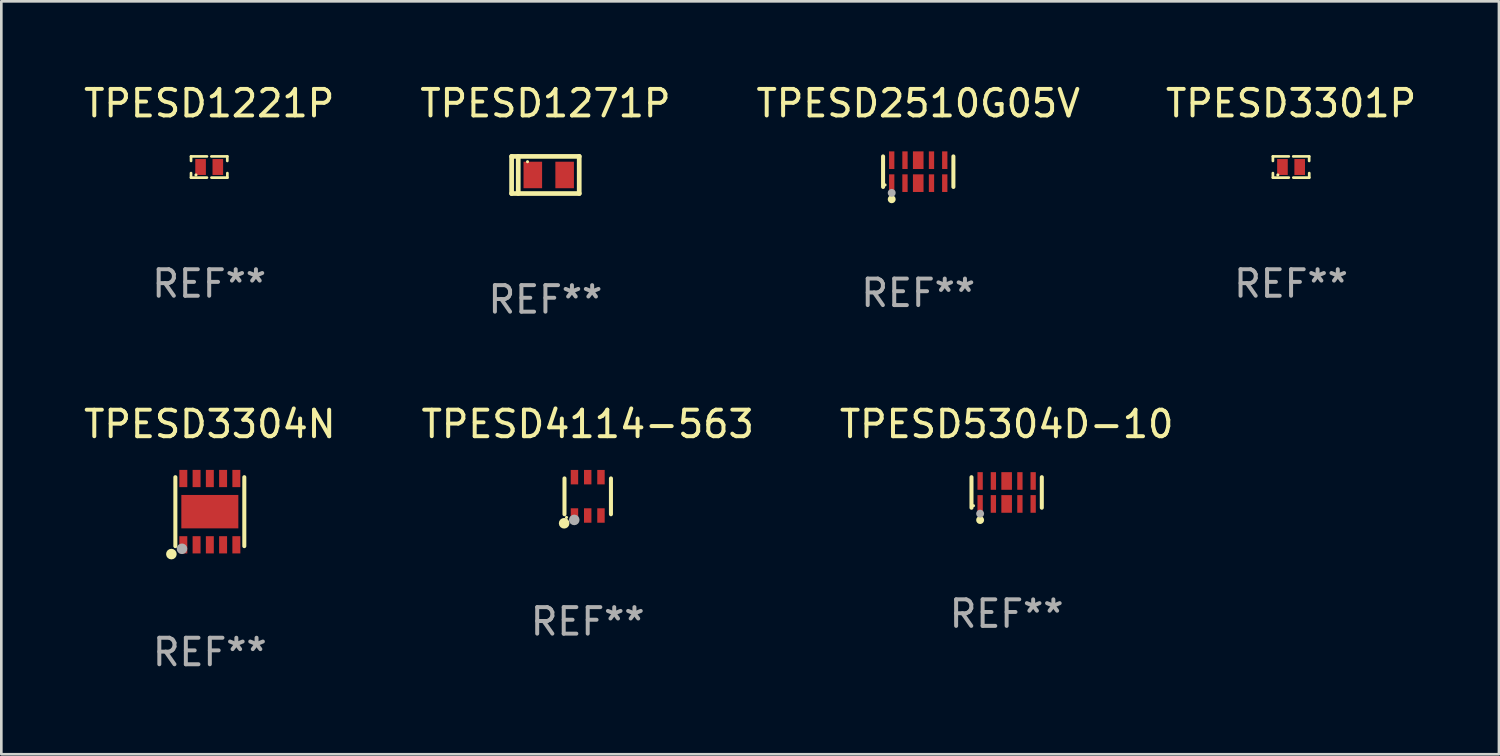
<source format=kicad_pcb>
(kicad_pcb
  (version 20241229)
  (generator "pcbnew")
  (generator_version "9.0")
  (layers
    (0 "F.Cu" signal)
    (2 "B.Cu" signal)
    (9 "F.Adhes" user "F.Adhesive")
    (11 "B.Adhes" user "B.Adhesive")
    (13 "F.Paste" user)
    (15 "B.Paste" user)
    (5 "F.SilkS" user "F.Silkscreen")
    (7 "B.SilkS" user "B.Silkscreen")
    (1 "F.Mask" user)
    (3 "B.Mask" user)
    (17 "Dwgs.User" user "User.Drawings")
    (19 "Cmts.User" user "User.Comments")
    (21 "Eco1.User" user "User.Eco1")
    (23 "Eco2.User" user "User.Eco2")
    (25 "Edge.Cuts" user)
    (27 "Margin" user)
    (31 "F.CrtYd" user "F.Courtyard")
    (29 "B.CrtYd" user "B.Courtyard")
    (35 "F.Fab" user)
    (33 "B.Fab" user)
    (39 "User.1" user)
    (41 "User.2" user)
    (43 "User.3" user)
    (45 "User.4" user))
  (footprint "TPESD5304D-10"
    (layer "F.Cu")
    (at 34.911 15.521)
    (property "Reference" "TPESD5304D-10" (at 0 -2.576 0) (layer "F.SilkS") (effects (font (size 1 1) (thickness 0.15))))
    (attr through_hole)
    (fp_line (start -1.326 0.576) (end -1.326 -0.576) (stroke (width 0.152) (type solid)) (layer "F.SilkS"))
    (fp_line (start 1.326 0.576) (end 1.326 -0.576) (stroke (width 0.152) (type solid)) (layer "F.SilkS"))
    (fp_circle (center -1.25 0.5) (end -1.22 0.5) (stroke (width 0.06) (type solid)) (fill no) (layer "F.SilkS"))
    (fp_circle (center -1 1.04) (end -0.925 1.04) (stroke (width 0.15) (type solid)) (fill no) (layer "F.SilkS"))
    (fp_circle (center -1 0.8) (end -0.925 0.8) (stroke (width 0.15) (type solid)) (fill no) (layer "F.Fab"))
    (fp_text user "REF**" (at 0 4.576 0) (layer "F.Fab") (effects (font (size 1 1) (thickness 0.15))))
    (pad "1" smd rect (at -1 0.433) (size 0.2 0.665) (layers "F.Cu" "F.Mask" "F.Paste"))
    (pad "2" smd rect (at -0.5 0.433) (size 0.2 0.665) (layers "F.Cu" "F.Mask" "F.Paste"))
    (pad "3" smd rect (at 0 0.433) (size 0.4 0.665) (layers "F.Cu" "F.Mask" "F.Paste"))
    (pad "4" smd rect (at 0.5 0.433) (size 0.2 0.665) (layers "F.Cu" "F.Mask" "F.Paste"))
    (pad "5" smd rect (at 1 0.433) (size 0.2 0.665) (layers "F.Cu" "F.Mask" "F.Paste"))
    (pad "6" smd rect (at 1 -0.433) (size 0.2 0.665) (layers "F.Cu" "F.Mask" "F.Paste"))
    (pad "7" smd rect (at 0.5 -0.433) (size 0.2 0.665) (layers "F.Cu" "F.Mask" "F.Paste"))
    (pad "8" smd rect (at 0 -0.433) (size 0.4 0.665) (layers "F.Cu" "F.Mask" "F.Paste"))
    (pad "9" smd rect (at -0.5 -0.433) (size 0.2 0.665) (layers "F.Cu" "F.Mask" "F.Paste"))
    (pad "10" smd rect (at -1 -0.433) (size 0.2 0.665) (layers "F.Cu" "F.Mask" "F.Paste")))
  (footprint "TPESD1271P"
    (layer "F.Cu")
    (at 17.518 3.548)
    (property "Reference" "TPESD1271P" (at 0 -2.7 0) (layer "F.SilkS") (effects (font (size 1 1) (thickness 0.15))))
    (attr through_hole)
    (fp_line (start -1.275 -0.7) (end -1.275 0.7) (stroke (width 0.178) (type solid)) (layer "F.SilkS"))
    (fp_line (start -1.275 -0.7) (end 1.275 -0.7) (stroke (width 0.178) (type solid)) (layer "F.SilkS"))
    (fp_line (start -1.275 0.7) (end 1.275 0.7) (stroke (width 0.178) (type solid)) (layer "F.SilkS"))
    (fp_line (start -1.025 -0.7) (end -1.025 0.7) (stroke (width 0.178) (type solid)) (layer "F.SilkS"))
    (fp_line (start 1.275 -0.7) (end 1.275 0.7) (stroke (width 0.178) (type solid)) (layer "F.SilkS"))
    (fp_circle (center -0.675 -0.5) (end -0.645 -0.5) (stroke (width 0.06) (type solid)) (fill no) (layer "F.SilkS"))
    (fp_text user "REF**" (at 0 4.7 0) (layer "F.Fab") (effects (font (size 1 1) (thickness 0.15))))
    (pad "1" smd rect (at -0.475 0 90) (size 1 0.7) (layers "F.Cu" "F.Mask" "F.Paste"))
    (pad "2" smd rect (at 0.725 0 90) (size 1 0.7) (layers "F.Cu" "F.Mask" "F.Paste")))
  (footprint "TPESD2510G05V"
    (layer "F.Cu")
    (at 31.577 3.424)
    (property "Reference" "TPESD2510G05V" (at 0 -2.576 0) (layer "F.SilkS") (effects (font (size 1 1) (thickness 0.15))))
    (attr through_hole)
    (fp_line (start -1.326 0.576) (end -1.326 -0.576) (stroke (width 0.152) (type solid)) (layer "F.SilkS"))
    (fp_line (start 1.326 0.576) (end 1.326 -0.576) (stroke (width 0.152) (type solid)) (layer "F.SilkS"))
    (fp_circle (center -1.25 0.5) (end -1.22 0.5) (stroke (width 0.06) (type solid)) (fill no) (layer "F.SilkS"))
    (fp_circle (center -1 1.04) (end -0.925 1.04) (stroke (width 0.15) (type solid)) (fill no) (layer "F.SilkS"))
    (fp_circle (center -1 0.8) (end -0.925 0.8) (stroke (width 0.15) (type solid)) (fill no) (layer "F.Fab"))
    (fp_text user "REF**" (at 0 4.576 0) (layer "F.Fab") (effects (font (size 1 1) (thickness 0.15))))
    (pad "1" smd rect (at -1 0.433) (size 0.2 0.665) (layers "F.Cu" "F.Mask" "F.Paste"))
    (pad "2" smd rect (at -0.5 0.433) (size 0.2 0.665) (layers "F.Cu" "F.Mask" "F.Paste"))
    (pad "3" smd rect (at 0 0.433) (size 0.4 0.665) (layers "F.Cu" "F.Mask" "F.Paste"))
    (pad "4" smd rect (at 0.5 0.433) (size 0.2 0.665) (layers "F.Cu" "F.Mask" "F.Paste"))
    (pad "5" smd rect (at 1 0.433) (size 0.2 0.665) (layers "F.Cu" "F.Mask" "F.Paste"))
    (pad "6" smd rect (at 1 -0.433) (size 0.2 0.665) (layers "F.Cu" "F.Mask" "F.Paste"))
    (pad "7" smd rect (at 0.5 -0.433) (size 0.2 0.665) (layers "F.Cu" "F.Mask" "F.Paste"))
    (pad "8" smd rect (at 0 -0.433) (size 0.4 0.665) (layers "F.Cu" "F.Mask" "F.Paste"))
    (pad "9" smd rect (at -0.5 -0.433) (size 0.2 0.665) (layers "F.Cu" "F.Mask" "F.Paste"))
    (pad "10" smd rect (at -1 -0.433) (size 0.2 0.665) (layers "F.Cu" "F.Mask" "F.Paste")))
  (footprint "TPESD1221P"
    (layer "F.Cu")
    (at 4.839 3.248)
    (property "Reference" "TPESD1221P" (at 0 -2.4 0) (layer "F.SilkS") (effects (font (size 1 1) (thickness 0.15))))
    (attr through_hole)
    (fp_line (start -0.685 -0.4) (end -0.685 -0.23) (stroke (width 0.102) (type solid)) (layer "F.SilkS"))
    (fp_line (start -0.685 0.4) (end -0.685 0.23) (stroke (width 0.102) (type solid)) (layer "F.SilkS"))
    (fp_line (start -0.085 -0.4) (end -0.685 -0.4) (stroke (width 0.102) (type solid)) (layer "F.SilkS"))
    (fp_line (start -0.085 0.4) (end -0.685 0.4) (stroke (width 0.102) (type solid)) (layer "F.SilkS"))
    (fp_line (start 0.082 -0.4) (end 0.682 -0.4) (stroke (width 0.102) (type solid)) (layer "F.SilkS"))
    (fp_line (start 0.085 0.4) (end 0.685 0.4) (stroke (width 0.102) (type solid)) (layer "F.SilkS"))
    (fp_line (start 0.682 -0.4) (end 0.682 -0.23) (stroke (width 0.102) (type solid)) (layer "F.SilkS"))
    (fp_line (start 0.685 0.4) (end 0.685 0.23) (stroke (width 0.102) (type solid)) (layer "F.SilkS"))
    (fp_circle (center -0.5 0.3) (end -0.47 0.3) (stroke (width 0.06) (type solid)) (fill no) (layer "F.SilkS"))
    (fp_text user "REF**" (at 0 4.4 0) (layer "F.Fab") (effects (font (size 1 1) (thickness 0.15))))
    (pad "1" smd rect (at -0.325 0) (size 0.4 0.6) (layers "F.Cu" "F.Mask" "F.Paste"))
    (pad "2" smd rect (at 0.325 0) (size 0.4 0.6) (layers "F.Cu" "F.Mask" "F.Paste")))
  (footprint "TPESD3301P"
    (layer "F.Cu")
    (at 45.637 3.248)
    (property "Reference" "TPESD3301P" (at 0 -2.4 0) (layer "F.SilkS") (effects (font (size 1 1) (thickness 0.15))))
    (attr through_hole)
    (fp_line (start -0.685 -0.4) (end -0.685 -0.23) (stroke (width 0.102) (type solid)) (layer "F.SilkS"))
    (fp_line (start -0.685 0.4) (end -0.685 0.23) (stroke (width 0.102) (type solid)) (layer "F.SilkS"))
    (fp_line (start -0.085 -0.4) (end -0.685 -0.4) (stroke (width 0.102) (type solid)) (layer "F.SilkS"))
    (fp_line (start -0.085 0.4) (end -0.685 0.4) (stroke (width 0.102) (type solid)) (layer "F.SilkS"))
    (fp_line (start 0.082 -0.4) (end 0.682 -0.4) (stroke (width 0.102) (type solid)) (layer "F.SilkS"))
    (fp_line (start 0.085 0.4) (end 0.685 0.4) (stroke (width 0.102) (type solid)) (layer "F.SilkS"))
    (fp_line (start 0.682 -0.4) (end 0.682 -0.23) (stroke (width 0.102) (type solid)) (layer "F.SilkS"))
    (fp_line (start 0.685 0.4) (end 0.685 0.23) (stroke (width 0.102) (type solid)) (layer "F.SilkS"))
    (fp_circle (center -0.5 0.3) (end -0.47 0.3) (stroke (width 0.06) (type solid)) (fill no) (layer "F.SilkS"))
    (fp_text user "REF**" (at 0 4.4 0) (layer "F.Fab") (effects (font (size 1 1) (thickness 0.15))))
    (pad "1" smd rect (at -0.325 0) (size 0.4 0.6) (layers "F.Cu" "F.Mask" "F.Paste"))
    (pad "2" smd rect (at 0.325 0) (size 0.4 0.6) (layers "F.Cu" "F.Mask" "F.Paste")))
  (footprint "TPESD4114-563"
    (layer "F.Cu")
    (at 19.113 15.667)
    (property "Reference" "TPESD4114-563" (at 0 -2.723 0) (layer "F.SilkS") (effects (font (size 1 1) (thickness 0.15))))
    (attr through_hole)
    (fp_line (start -0.876 0.676) (end -0.876 -0.676) (stroke (width 0.152) (type solid)) (layer "F.SilkS"))
    (fp_line (start 0.876 0.676) (end 0.876 -0.676) (stroke (width 0.152) (type solid)) (layer "F.SilkS"))
    (fp_circle (center -0.889 1.016) (end -0.789 1.016) (stroke (width 0.2) (type solid)) (fill no) (layer "F.SilkS"))
    (fp_circle (center -0.8 0.795) (end -0.77 0.795) (stroke (width 0.06) (type solid)) (fill no) (layer "F.SilkS"))
    (fp_circle (center -0.508 0.889) (end -0.408 0.889) (stroke (width 0.2) (type solid)) (fill no) (layer "F.Fab"))
    (fp_text user "REF**" (at 0 4.723 0) (layer "F.Fab") (effects (font (size 1 1) (thickness 0.15))))
    (pad "1" smd rect (at -0.5 0.723) (size 0.28 0.545) (layers "F.Cu" "F.Mask" "F.Paste"))
    (pad "2" smd rect (at 0 0.723) (size 0.28 0.545) (layers "F.Cu" "F.Mask" "F.Paste"))
    (pad "3" smd rect (at 0.5 0.723) (size 0.28 0.545) (layers "F.Cu" "F.Mask" "F.Paste"))
    (pad "4" smd rect (at 0.5 -0.723) (size 0.28 0.545) (layers "F.Cu" "F.Mask" "F.Paste"))
    (pad "5" smd rect (at 0 -0.723) (size 0.28 0.545) (layers "F.Cu" "F.Mask" "F.Paste"))
    (pad "6" smd rect (at -0.5 -0.723) (size 0.28 0.545) (layers "F.Cu" "F.Mask" "F.Paste")))
  (footprint "TPESD3304N"
    (layer "F.Cu")
    (at 4.863 16.245)
    (property "Reference" "TPESD3304N" (at 0 -3.3 0) (layer "F.SilkS") (effects (font (size 1 1) (thickness 0.15))))
    (attr through_hole)
    (fp_line (start -1.3 -1.3) (end -1.3 1.3) (stroke (width 0.152) (type solid)) (layer "F.SilkS"))
    (fp_line (start 1.3 -1.3) (end 1.3 1.3) (stroke (width 0.152) (type solid)) (layer "F.SilkS"))
    (fp_circle (center -1.45 1.6) (end -1.35 1.6) (stroke (width 0.2) (type solid)) (fill no) (layer "F.SilkS"))
    (fp_circle (center -1.3 1.3) (end -1.27 1.3) (stroke (width 0.06) (type solid)) (fill no) (layer "F.SilkS"))
    (fp_circle (center -1.05 1.4) (end -0.95 1.4) (stroke (width 0.2) (type solid)) (fill no) (layer "F.Fab"))
    (fp_text user "REF**" (at 0 5.3 0) (layer "F.Fab") (effects (font (size 1 1) (thickness 0.15))))
    (pad "1" smd rect (at -1 1.25) (size 0.3 0.65) (layers "F.Cu" "F.Mask" "F.Paste"))
    (pad "2" smd rect (at -0.5 1.25) (size 0.3 0.65) (layers "F.Cu" "F.Mask" "F.Paste"))
    (pad "3" smd rect (at 0 1.25) (size 0.3 0.65) (layers "F.Cu" "F.Mask" "F.Paste"))
    (pad "4" smd rect (at 0.5 1.25) (size 0.3 0.65) (layers "F.Cu" "F.Mask" "F.Paste"))
    (pad "5" smd rect (at 1 1.25) (size 0.3 0.65) (layers "F.Cu" "F.Mask" "F.Paste"))
    (pad "6" smd rect (at 1 -1.25) (size 0.3 0.65) (layers "F.Cu" "F.Mask" "F.Paste"))
    (pad "7" smd rect (at 0.5 -1.25) (size 0.3 0.65) (layers "F.Cu" "F.Mask" "F.Paste"))
    (pad "8" smd rect (at 0 -1.25) (size 0.3 0.65) (layers "F.Cu" "F.Mask" "F.Paste"))
    (pad "9" smd rect (at -0.5 -1.25) (size 0.3 0.65) (layers "F.Cu" "F.Mask" "F.Paste"))
    (pad "10" smd rect (at -1 -1.25) (size 0.3 0.65) (layers "F.Cu" "F.Mask" "F.Paste"))
    (pad "11" smd rect (at 0 0) (size 2.15 1.26) (layers "F.Cu" "F.Mask" "F.Paste")))
  (gr_rect
    (start -3 -3)
    (end 53.476 25.393)
    (stroke (width 0.1) (type default))
    (fill no)
    (layer "Edge.Cuts")))
</source>
